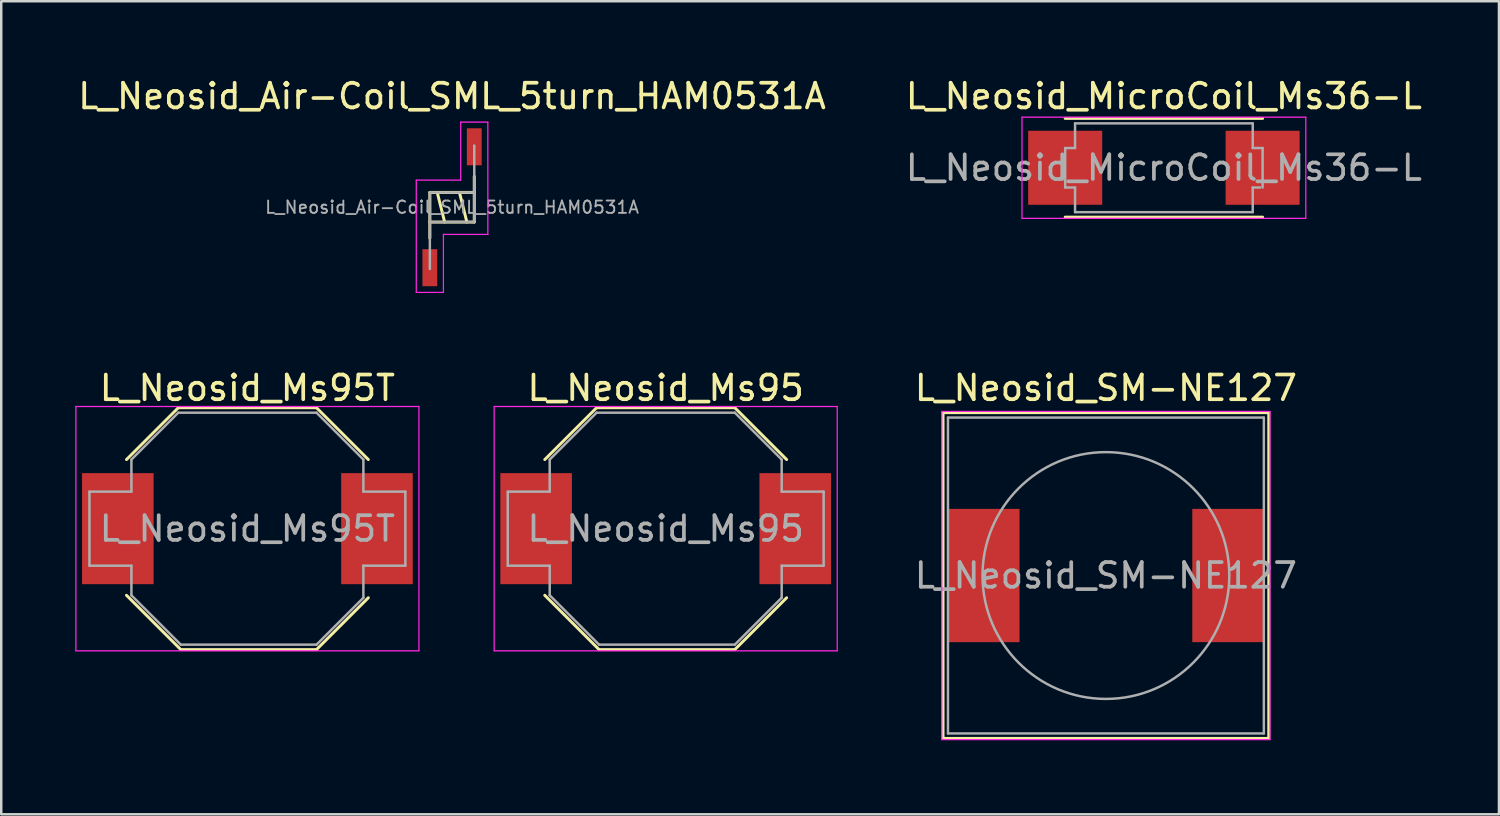
<source format=kicad_pcb>
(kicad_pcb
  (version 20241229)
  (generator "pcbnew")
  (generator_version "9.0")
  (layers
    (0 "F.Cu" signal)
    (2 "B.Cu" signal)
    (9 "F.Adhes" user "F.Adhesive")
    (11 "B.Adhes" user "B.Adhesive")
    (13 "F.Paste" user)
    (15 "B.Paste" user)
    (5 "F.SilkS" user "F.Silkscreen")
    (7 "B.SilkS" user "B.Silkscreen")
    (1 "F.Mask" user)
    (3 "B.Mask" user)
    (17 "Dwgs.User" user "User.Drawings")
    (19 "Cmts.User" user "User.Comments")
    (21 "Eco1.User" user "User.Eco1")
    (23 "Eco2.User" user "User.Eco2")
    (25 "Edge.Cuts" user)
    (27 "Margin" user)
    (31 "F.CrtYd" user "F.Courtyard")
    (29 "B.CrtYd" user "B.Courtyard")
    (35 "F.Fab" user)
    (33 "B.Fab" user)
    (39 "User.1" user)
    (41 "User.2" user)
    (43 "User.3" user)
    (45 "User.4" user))
  (footprint "L_Neosid_Air-Coil_SML_5turn_HAM0531A"
    (layer "F.Cu")
    (at 15.268 5.348)
    (property "Reference" "L_Neosid_Air-Coil_SML_5turn_HAM0531A" (at 0 -4.5 0) (layer "F.SilkS") (effects (font (size 1 1) (thickness 0.15))))
    (attr smd)
    (fp_line (start -0.9 -0.6) (end 0.9 -0.6) (stroke (width 0.12) (type solid)) (layer "F.SilkS"))
    (fp_line (start -0.9 1.25) (end -0.9 -0.6) (stroke (width 0.12) (type solid)) (layer "F.SilkS"))
    (fp_line (start -0.6 -0.6) (end -0.3 0.6) (stroke (width 0.12) (type solid)) (layer "F.SilkS"))
    (fp_line (start 0.3 -0.6) (end 0.6 0.6) (stroke (width 0.12) (type solid)) (layer "F.SilkS"))
    (fp_line (start 0.9 0.6) (end -0.9 0.6) (stroke (width 0.12) (type solid)) (layer "F.SilkS"))
    (fp_line (start 0.9 0.6) (end 0.9 -1.25) (stroke (width 0.12) (type solid)) (layer "F.SilkS"))
    (fp_line (start -1.45 -1.1) (end -1.45 3.45) (stroke (width 0.05) (type solid)) (layer "F.CrtYd"))
    (fp_line (start -1.45 3.45) (end -0.35 3.45) (stroke (width 0.05) (type solid)) (layer "F.CrtYd"))
    (fp_line (start -0.35 1.1) (end 1.45 1.1) (stroke (width 0.05) (type solid)) (layer "F.CrtYd"))
    (fp_line (start -0.35 3.45) (end -0.35 1.1) (stroke (width 0.05) (type solid)) (layer "F.CrtYd"))
    (fp_line (start 0.35 -3.45) (end 0.35 -1.1) (stroke (width 0.05) (type solid)) (layer "F.CrtYd"))
    (fp_line (start 0.35 -1.1) (end -1.45 -1.1) (stroke (width 0.05) (type solid)) (layer "F.CrtYd"))
    (fp_line (start 1.45 -3.45) (end 0.35 -3.45) (stroke (width 0.05) (type solid)) (layer "F.CrtYd"))
    (fp_line (start 1.45 1.1) (end 1.45 -3.45) (stroke (width 0.05) (type solid)) (layer "F.CrtYd"))
    (fp_line (start -0.9 -0.6) (end 0.9 -0.6) (stroke (width 0.1) (type solid)) (layer "F.Fab"))
    (fp_line (start -0.9 2.5) (end -0.9 -0.6) (stroke (width 0.1) (type solid)) (layer "F.Fab"))
    (fp_line (start 0.9 -2.5) (end 0.9 0.6) (stroke (width 0.1) (type solid)) (layer "F.Fab"))
    (fp_line (start 0.9 0.6) (end -0.9 0.6) (stroke (width 0.1) (type solid)) (layer "F.Fab"))
    (fp_text user "${REFERENCE}" (at 0 0 0) (layer "F.Fab") (effects (font (size 0.5 0.5) (thickness 0.075))))
    (pad "1" smd rect (at -0.9 2.45) (size 0.6 1.5) (layers "F.Cu" "F.Mask" "F.Paste"))
    (pad "2" smd rect (at 0.9 -2.45) (size 0.6 1.5) (layers "F.Cu" "F.Mask" "F.Paste")))
  (footprint "L_Neosid_Ms95T"
    (layer "F.Cu")
    (at 6.975 18.372)
    (property "Reference" "L_Neosid_Ms95T" (at 0 -5.7 0) (layer "F.SilkS") (effects (font (size 1 1) (thickness 0.15))))
    (attr smd)
    (fp_line (start -4.9 -2.8) (end -2.8 -4.9) (stroke (width 0.12) (type solid)) (layer "F.SilkS"))
    (fp_line (start -2.8 -4.9) (end 2.8 -4.9) (stroke (width 0.12) (type solid)) (layer "F.SilkS"))
    (fp_line (start -2.7 4.9) (end -4.9 2.7) (stroke (width 0.12) (type solid)) (layer "F.SilkS"))
    (fp_line (start -2.7 4.9) (end 2.8 4.9) (stroke (width 0.12) (type solid)) (layer "F.SilkS"))
    (fp_line (start 2.8 -4.9) (end 4.9 -2.8) (stroke (width 0.12) (type solid)) (layer "F.SilkS"))
    (fp_line (start 2.8 4.9) (end 4.9 2.8) (stroke (width 0.12) (type solid)) (layer "F.SilkS"))
    (fp_line (start -6.95 -4.95) (end -6.95 4.95) (stroke (width 0.05) (type solid)) (layer "F.CrtYd"))
    (fp_line (start -6.95 -4.95) (end 6.95 -4.95) (stroke (width 0.05) (type solid)) (layer "F.CrtYd"))
    (fp_line (start 6.95 4.95) (end -6.95 4.95) (stroke (width 0.05) (type solid)) (layer "F.CrtYd"))
    (fp_line (start 6.95 4.95) (end 6.95 -4.95) (stroke (width 0.05) (type solid)) (layer "F.CrtYd"))
    (fp_line (start -6.4 -1.5) (end -6.4 1.5) (stroke (width 0.1) (type solid)) (layer "F.Fab"))
    (fp_line (start -6.4 -1.5) (end -4.7 -1.5) (stroke (width 0.1) (type solid)) (layer "F.Fab"))
    (fp_line (start -6.4 1.5) (end -4.7 1.5) (stroke (width 0.1) (type solid)) (layer "F.Fab"))
    (fp_line (start -4.7 -1.5) (end -4.7 -2.8) (stroke (width 0.1) (type solid)) (layer "F.Fab"))
    (fp_line (start -4.7 1.5) (end -4.7 2.7) (stroke (width 0.1) (type solid)) (layer "F.Fab"))
    (fp_line (start -4.7 2.7) (end -2.7 4.7) (stroke (width 0.1) (type solid)) (layer "F.Fab"))
    (fp_line (start -2.8 -4.7) (end -4.7 -2.8) (stroke (width 0.1) (type solid)) (layer "F.Fab"))
    (fp_line (start 2.8 -4.7) (end -2.8 -4.7) (stroke (width 0.1) (type solid)) (layer "F.Fab"))
    (fp_line (start 2.8 4.7) (end -2.7 4.7) (stroke (width 0.1) (type solid)) (layer "F.Fab"))
    (fp_line (start 4.7 -2.8) (end 2.8 -4.7) (stroke (width 0.1) (type solid)) (layer "F.Fab"))
    (fp_line (start 4.7 -1.5) (end 4.7 -2.8) (stroke (width 0.1) (type solid)) (layer "F.Fab"))
    (fp_line (start 4.7 1.5) (end 6.4 1.5) (stroke (width 0.1) (type solid)) (layer "F.Fab"))
    (fp_line (start 4.7 2.8) (end 2.8 4.7) (stroke (width 0.1) (type solid)) (layer "F.Fab"))
    (fp_line (start 4.7 2.8) (end 4.7 1.5) (stroke (width 0.1) (type solid)) (layer "F.Fab"))
    (fp_line (start 6.4 -1.5) (end 4.7 -1.5) (stroke (width 0.1) (type solid)) (layer "F.Fab"))
    (fp_line (start 6.4 1.5) (end 6.4 -1.5) (stroke (width 0.1) (type solid)) (layer "F.Fab"))
    (fp_text user "${REFERENCE}" (at 0 0 0) (layer "F.Fab") (effects (font (size 1 1) (thickness 0.15))))
    (pad "1" smd rect (at -5.25 0) (size 2.9 4.5) (layers "F.Cu" "F.Mask" "F.Paste"))
    (pad "2" smd rect (at 5.25 0) (size 2.9 4.5) (layers "F.Cu" "F.Mask" "F.Paste")))
  (footprint "L_Neosid_MicroCoil_Ms36-L"
    (layer "F.Cu")
    (at 44.113 3.748)
    (property "Reference" "L_Neosid_MicroCoil_Ms36-L" (at 0 -2.9 0) (layer "F.SilkS") (effects (font (size 1 1) (thickness 0.15))))
    (attr smd)
    (fp_line (start 4 -2) (end -4 -2) (stroke (width 0.12) (type solid)) (layer "F.SilkS"))
    (fp_line (start 4 2) (end -4 2) (stroke (width 0.12) (type solid)) (layer "F.SilkS"))
    (fp_line (start -5.75 -2.05) (end -5.75 2.05) (stroke (width 0.05) (type solid)) (layer "F.CrtYd"))
    (fp_line (start -5.75 -2.05) (end 5.75 -2.05) (stroke (width 0.05) (type solid)) (layer "F.CrtYd"))
    (fp_line (start 5.75 2.05) (end -5.75 2.05) (stroke (width 0.05) (type solid)) (layer "F.CrtYd"))
    (fp_line (start 5.75 2.05) (end 5.75 -2.05) (stroke (width 0.05) (type solid)) (layer "F.CrtYd"))
    (fp_line (start -4 -0.8) (end -3.6 -0.8) (stroke (width 0.1) (type solid)) (layer "F.Fab"))
    (fp_line (start -4 0.8) (end -4 -0.8) (stroke (width 0.1) (type solid)) (layer "F.Fab"))
    (fp_line (start -4 0.8) (end -3.6 0.8) (stroke (width 0.1) (type solid)) (layer "F.Fab"))
    (fp_line (start -3.6 -1.8) (end 3.6 -1.8) (stroke (width 0.1) (type solid)) (layer "F.Fab"))
    (fp_line (start -3.6 -0.8) (end -3.6 -1.8) (stroke (width 0.1) (type solid)) (layer "F.Fab"))
    (fp_line (start -3.6 1.8) (end -3.6 0.8) (stroke (width 0.1) (type solid)) (layer "F.Fab"))
    (fp_line (start 3.6 -0.8) (end 3.6 -1.8) (stroke (width 0.1) (type solid)) (layer "F.Fab"))
    (fp_line (start 3.6 0.8) (end 3.9 0.8) (stroke (width 0.1) (type solid)) (layer "F.Fab"))
    (fp_line (start 3.6 1.8) (end -3.6 1.8) (stroke (width 0.1) (type solid)) (layer "F.Fab"))
    (fp_line (start 3.6 1.8) (end 3.6 0.8) (stroke (width 0.1) (type solid)) (layer "F.Fab"))
    (fp_line (start 4 -0.8) (end 3.6 -0.8) (stroke (width 0.1) (type solid)) (layer "F.Fab"))
    (fp_line (start 4 -0.8) (end 4 0.8) (stroke (width 0.1) (type solid)) (layer "F.Fab"))
    (fp_text user "${REFERENCE}" (at 0 0 0) (layer "F.Fab") (effects (font (size 1 1) (thickness 0.15))))
    (pad "1" smd rect (at -4 0) (size 3 3) (layers "F.Cu" "F.Mask" "F.Paste"))
    (pad "2" smd rect (at 4 0) (size 3 3) (layers "F.Cu" "F.Mask" "F.Paste")))
  (footprint "L_Neosid_SM-NE127"
    (layer "F.Cu")
    (at 41.763 20.271)
    (property "Reference" "L_Neosid_SM-NE127" (at 0 -7.6 0) (layer "F.SilkS") (effects (font (size 1 1) (thickness 0.15))))
    (attr smd)
    (fp_line (start -6.6 -6.6) (end 6.6 -6.6) (stroke (width 0.12) (type solid)) (layer "F.SilkS"))
    (fp_line (start -6.6 6.6) (end -6.6 -6.6) (stroke (width 0.12) (type solid)) (layer "F.SilkS"))
    (fp_line (start 6.6 -6.6) (end 6.6 6.6) (stroke (width 0.12) (type solid)) (layer "F.SilkS"))
    (fp_line (start 6.6 6.6) (end -6.6 6.6) (stroke (width 0.12) (type solid)) (layer "F.SilkS"))
    (fp_line (start -6.65 -6.65) (end -6.65 6.65) (stroke (width 0.05) (type solid)) (layer "F.CrtYd"))
    (fp_line (start -6.65 -6.65) (end 6.65 -6.65) (stroke (width 0.05) (type solid)) (layer "F.CrtYd"))
    (fp_line (start 6.65 6.65) (end -6.65 6.65) (stroke (width 0.05) (type solid)) (layer "F.CrtYd"))
    (fp_line (start 6.65 6.65) (end 6.65 -6.65) (stroke (width 0.05) (type solid)) (layer "F.CrtYd"))
    (fp_line (start -6.4 -6.4) (end 6.4 -6.4) (stroke (width 0.1) (type solid)) (layer "F.Fab"))
    (fp_line (start -6.4 6.4) (end -6.4 -6.4) (stroke (width 0.1) (type solid)) (layer "F.Fab"))
    (fp_line (start 6.4 -6.4) (end 6.4 6.4) (stroke (width 0.1) (type solid)) (layer "F.Fab"))
    (fp_line (start 6.4 6.4) (end -6.4 6.4) (stroke (width 0.1) (type solid)) (layer "F.Fab"))
    (fp_circle (center 0 0) (end 5 0) (stroke (width 0.1) (type solid)) (fill no) (layer "F.Fab"))
    (fp_text user "${REFERENCE}" (at 0 0 0) (layer "F.Fab") (effects (font (size 1 1) (thickness 0.15))))
    (pad "1" smd rect (at -4.95 0) (size 2.9 5.4) (layers "F.Cu" "F.Mask" "F.Paste"))
    (pad "2" smd rect (at 4.95 0) (size 2.9 5.4) (layers "F.Cu" "F.Mask" "F.Paste")))
  (footprint "L_Neosid_Ms95"
    (layer "F.Cu")
    (at 23.925 18.372)
    (property "Reference" "L_Neosid_Ms95" (at 0 -5.7 0) (layer "F.SilkS") (effects (font (size 1 1) (thickness 0.15))))
    (attr smd)
    (fp_line (start -4.9 -2.8) (end -2.8 -4.9) (stroke (width 0.12) (type solid)) (layer "F.SilkS"))
    (fp_line (start -2.8 -4.9) (end 2.8 -4.9) (stroke (width 0.12) (type solid)) (layer "F.SilkS"))
    (fp_line (start -2.7 4.9) (end -4.9 2.7) (stroke (width 0.12) (type solid)) (layer "F.SilkS"))
    (fp_line (start -2.7 4.9) (end 2.8 4.9) (stroke (width 0.12) (type solid)) (layer "F.SilkS"))
    (fp_line (start 2.8 -4.9) (end 4.9 -2.8) (stroke (width 0.12) (type solid)) (layer "F.SilkS"))
    (fp_line (start 2.8 4.9) (end 4.9 2.8) (stroke (width 0.12) (type solid)) (layer "F.SilkS"))
    (fp_line (start -6.95 -4.95) (end -6.95 4.95) (stroke (width 0.05) (type solid)) (layer "F.CrtYd"))
    (fp_line (start -6.95 -4.95) (end 6.95 -4.95) (stroke (width 0.05) (type solid)) (layer "F.CrtYd"))
    (fp_line (start 6.95 4.95) (end -6.95 4.95) (stroke (width 0.05) (type solid)) (layer "F.CrtYd"))
    (fp_line (start 6.95 4.95) (end 6.95 -4.95) (stroke (width 0.05) (type solid)) (layer "F.CrtYd"))
    (fp_line (start -6.4 -1.5) (end -6.4 1.5) (stroke (width 0.1) (type solid)) (layer "F.Fab"))
    (fp_line (start -6.4 -1.5) (end -4.7 -1.5) (stroke (width 0.1) (type solid)) (layer "F.Fab"))
    (fp_line (start -6.4 1.5) (end -4.7 1.5) (stroke (width 0.1) (type solid)) (layer "F.Fab"))
    (fp_line (start -4.7 -1.5) (end -4.7 -2.8) (stroke (width 0.1) (type solid)) (layer "F.Fab"))
    (fp_line (start -4.7 1.5) (end -4.7 2.7) (stroke (width 0.1) (type solid)) (layer "F.Fab"))
    (fp_line (start -4.7 2.7) (end -2.7 4.7) (stroke (width 0.1) (type solid)) (layer "F.Fab"))
    (fp_line (start -2.8 -4.7) (end -4.7 -2.8) (stroke (width 0.1) (type solid)) (layer "F.Fab"))
    (fp_line (start 2.8 -4.7) (end -2.8 -4.7) (stroke (width 0.1) (type solid)) (layer "F.Fab"))
    (fp_line (start 2.8 4.7) (end -2.7 4.7) (stroke (width 0.1) (type solid)) (layer "F.Fab"))
    (fp_line (start 4.7 -2.8) (end 2.8 -4.7) (stroke (width 0.1) (type solid)) (layer "F.Fab"))
    (fp_line (start 4.7 -1.5) (end 4.7 -2.8) (stroke (width 0.1) (type solid)) (layer "F.Fab"))
    (fp_line (start 4.7 1.5) (end 6.4 1.5) (stroke (width 0.1) (type solid)) (layer "F.Fab"))
    (fp_line (start 4.7 2.8) (end 2.8 4.7) (stroke (width 0.1) (type solid)) (layer "F.Fab"))
    (fp_line (start 4.7 2.8) (end 4.7 1.5) (stroke (width 0.1) (type solid)) (layer "F.Fab"))
    (fp_line (start 6.4 -1.5) (end 4.7 -1.5) (stroke (width 0.1) (type solid)) (layer "F.Fab"))
    (fp_line (start 6.4 1.5) (end 6.4 -1.5) (stroke (width 0.1) (type solid)) (layer "F.Fab"))
    (fp_text user "${REFERENCE}" (at 0 0 0) (layer "F.Fab") (effects (font (size 1 1) (thickness 0.15))))
    (pad "1" smd rect (at -5.25 0) (size 2.9 4.5) (layers "F.Cu" "F.Mask" "F.Paste"))
    (pad "2" smd rect (at 5.25 0) (size 2.9 4.5) (layers "F.Cu" "F.Mask" "F.Paste")))
  (gr_rect
    (start -3 -3)
    (end 57.69 29.947)
    (stroke (width 0.1) (type default))
    (fill no)
    (layer "Edge.Cuts")))
</source>
